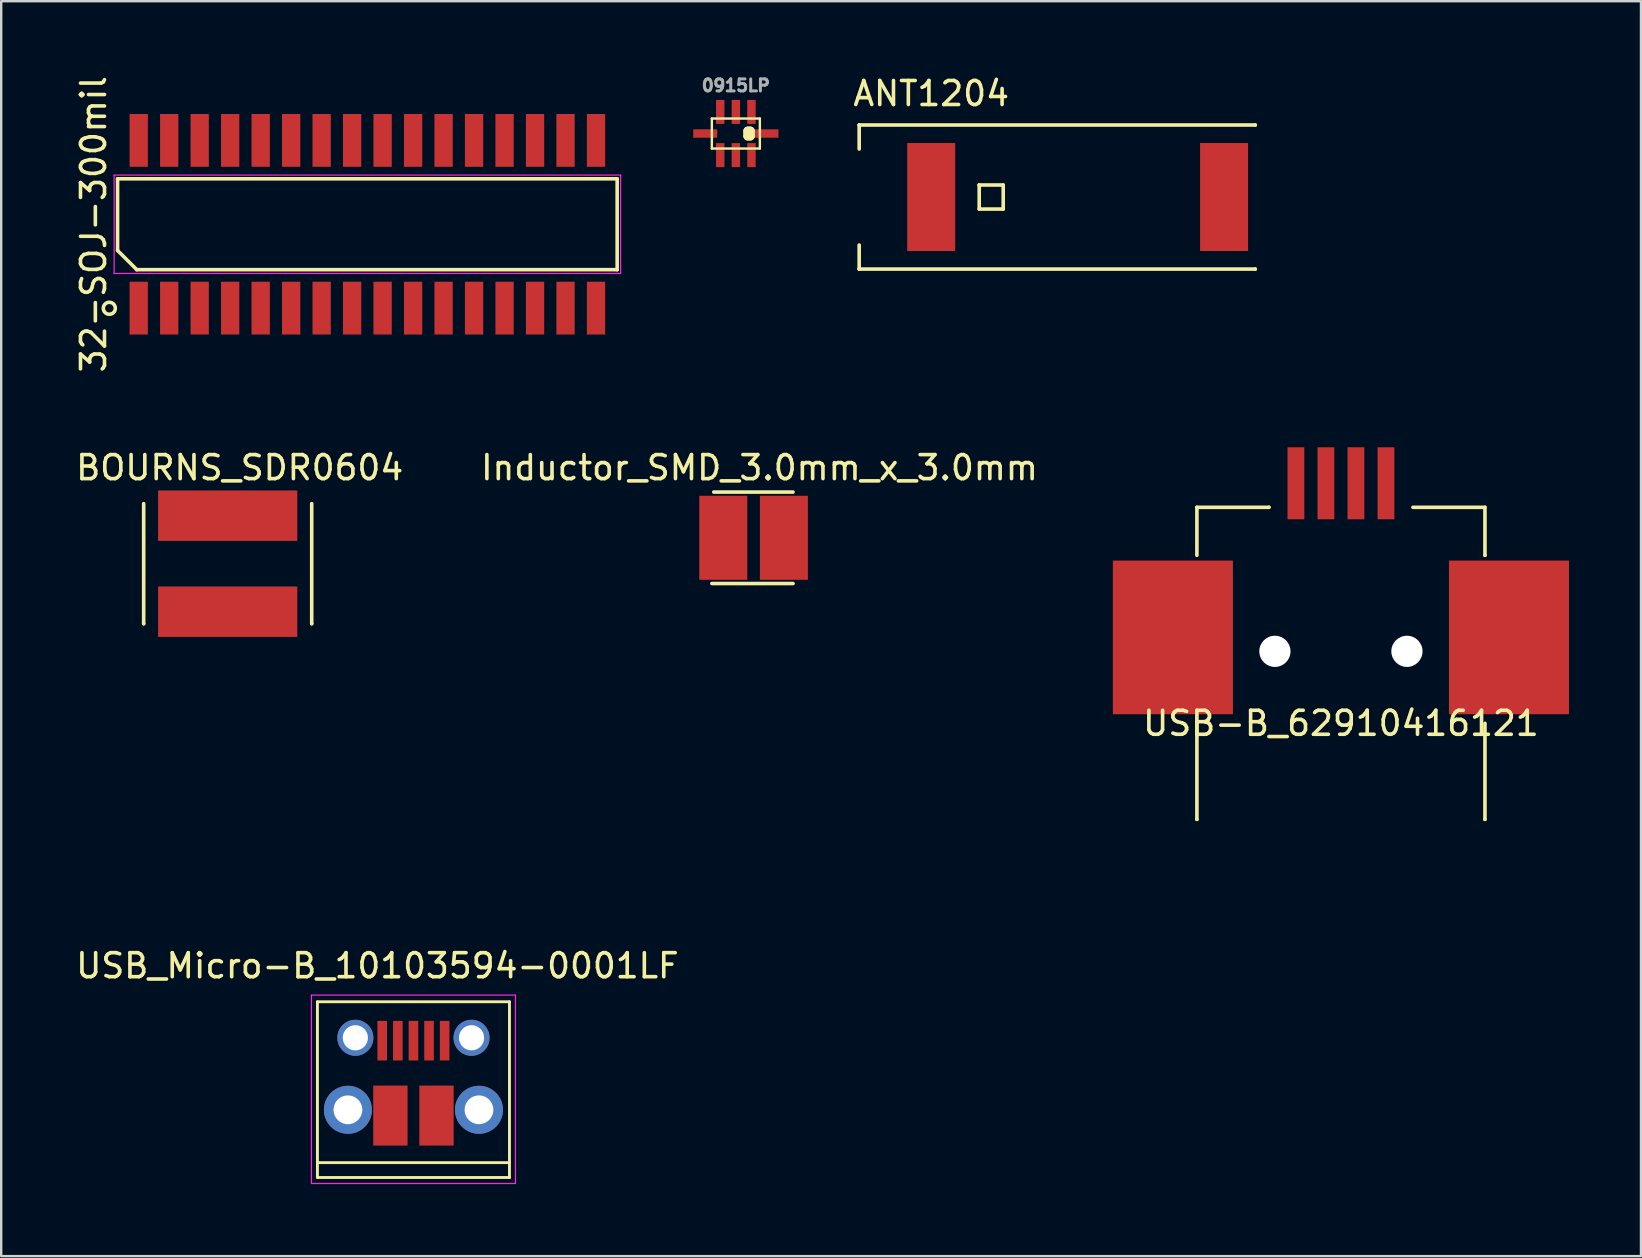
<source format=kicad_pcb>
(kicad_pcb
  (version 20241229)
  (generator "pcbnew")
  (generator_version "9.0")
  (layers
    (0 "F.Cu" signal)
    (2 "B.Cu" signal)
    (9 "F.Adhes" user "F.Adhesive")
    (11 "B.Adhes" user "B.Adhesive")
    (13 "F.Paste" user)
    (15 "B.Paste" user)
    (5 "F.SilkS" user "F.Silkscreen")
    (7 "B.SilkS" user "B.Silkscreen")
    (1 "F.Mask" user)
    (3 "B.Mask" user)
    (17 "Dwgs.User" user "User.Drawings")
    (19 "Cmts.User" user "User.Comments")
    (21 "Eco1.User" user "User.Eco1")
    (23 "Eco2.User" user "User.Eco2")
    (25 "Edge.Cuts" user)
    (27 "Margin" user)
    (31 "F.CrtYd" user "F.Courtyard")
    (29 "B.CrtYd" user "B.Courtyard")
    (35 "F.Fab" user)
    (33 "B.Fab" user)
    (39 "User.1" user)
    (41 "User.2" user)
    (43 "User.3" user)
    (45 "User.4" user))
  (footprint "USB_Micro-B_10103594-0001LF"
    (layer "F.Cu")
    (at 14.173 41.802)
    (property "Reference" "USB_Micro-B_10103594-0001LF" (at -1.5 -4.62 0) (layer "F.SilkS") (effects (font (size 1 1) (thickness 0.15))))
    (attr smd)
    (fp_line (start -4 -3.12) (end 4 -3.12) (stroke (width 0.12) (type solid)) (layer "F.SilkS"))
    (fp_line (start -4 4.2) (end -4 -3.12) (stroke (width 0.12) (type solid)) (layer "F.SilkS"))
    (fp_line (start -4 4.2) (end 4 4.2) (stroke (width 0.12) (type solid)) (layer "F.SilkS"))
    (fp_line (start 4 -3.12) (end 4 4.2) (stroke (width 0.12) (type solid)) (layer "F.SilkS"))
    (fp_line (start 4 3.58) (end -4 3.58) (stroke (width 0.12) (type solid)) (layer "F.SilkS"))
    (fp_line (start -4.25 -3.4) (end 4.25 -3.4) (stroke (width 0.05) (type solid)) (layer "F.CrtYd"))
    (fp_line (start -4.25 4.45) (end -4.25 -3.4) (stroke (width 0.05) (type solid)) (layer "F.CrtYd"))
    (fp_line (start 4.25 -3.4) (end 4.25 4.45) (stroke (width 0.05) (type solid)) (layer "F.CrtYd"))
    (fp_line (start 4.25 4.45) (end -4.25 4.45) (stroke (width 0.05) (type solid)) (layer "F.CrtYd"))
    (pad "1" smd rect (at -1.3 -1.5 90) (size 1.65 0.4) (layers "F.Cu" "F.Mask" "F.Paste"))
    (pad "2" smd rect (at -0.65 -1.5 90) (size 1.65 0.4) (layers "F.Cu" "F.Mask" "F.Paste"))
    (pad "3" smd rect (at 0 -1.5 90) (size 1.65 0.4) (layers "F.Cu" "F.Mask" "F.Paste"))
    (pad "4" smd rect (at 0.65 -1.5 90) (size 1.65 0.4) (layers "F.Cu" "F.Mask" "F.Paste"))
    (pad "5" smd rect (at 1.3 -1.5 90) (size 1.65 0.4) (layers "F.Cu" "F.Mask" "F.Paste"))
    (pad "6" thru_hole circle (at -2.73 1.38 90) (size 2 2) (drill oval 1.2) (layers "*.Cu" "*.Mask"))
    (pad "6" thru_hole circle (at -2.42 -1.62 90) (size 1.5 1.5) (drill oval 1.05) (layers "*.Cu" "*.Mask"))
    (pad "6" smd rect (at -0.96 1.62 90) (size 2.5 1.43) (layers "F.Cu" "F.Mask" "F.Paste"))
    (pad "6" smd rect (at 0.96 1.62 90) (size 2.5 1.43) (layers "F.Cu" "F.Mask" "F.Paste"))
    (pad "6" thru_hole circle (at 2.42 -1.62 90) (size 1.5 1.5) (drill oval 1.05) (layers "*.Cu" "*.Mask"))
    (pad "6" thru_hole circle (at 2.73 1.38 90) (size 2 2) (drill oval 1.2) (layers "*.Cu" "*.Mask")))
  (footprint "ANT1204"
    (layer "F.Cu")
    (at 35.742 5.158)
    (property "Reference" "ANT1204" (at 0 -4.31 0) (layer "F.SilkS") (effects (font (size 1 1) (thickness 0.15))))
    (attr through_hole)
    (fp_line (start -3 -3) (end -3 -3) (stroke (width 0.15) (type solid)) (layer "F.SilkS"))
    (fp_line (start -3 -3) (end 13.5 -3) (stroke (width 0.15) (type solid)) (layer "F.SilkS"))
    (fp_line (start -3 -2) (end -3 -3) (stroke (width 0.15) (type solid)) (layer "F.SilkS"))
    (fp_line (start -3 2) (end -3 3) (stroke (width 0.15) (type solid)) (layer "F.SilkS"))
    (fp_line (start -3 3) (end -3 3) (stroke (width 0.15) (type solid)) (layer "F.SilkS"))
    (fp_line (start -3 3) (end 13.5 3) (stroke (width 0.15) (type solid)) (layer "F.SilkS"))
    (fp_line (start 2 -0.5) (end 2 -0.5) (stroke (width 0.15) (type solid)) (layer "F.SilkS"))
    (fp_line (start 2 -0.5) (end 2 0.5) (stroke (width 0.15) (type solid)) (layer "F.SilkS"))
    (fp_line (start 2 0.5) (end 3 0.5) (stroke (width 0.15) (type solid)) (layer "F.SilkS"))
    (fp_line (start 3 -0.5) (end 2 -0.5) (stroke (width 0.15) (type solid)) (layer "F.SilkS"))
    (fp_line (start 3 0.5) (end 3 -0.5) (stroke (width 0.15) (type solid)) (layer "F.SilkS"))
    (fp_line (start 13.5 -3) (end 13.5 -3) (stroke (width 0.15) (type solid)) (layer "F.SilkS"))
    (fp_line (start 13.5 3) (end 13.5 3) (stroke (width 0.15) (type solid)) (layer "F.SilkS"))
    (pad "1" smd rect (at 0 0) (size 2 4.5) (layers "F.Cu" "F.Mask" "F.Paste"))
    (pad "2" smd rect (at 12.2 0) (size 2 4.5) (layers "F.Cu" "F.Mask" "F.Paste")))
  (footprint "BOURNS_SDR0604"
    (layer "F.Cu")
    (at 8.435 17.432)
    (property "Reference" "BOURNS_SDR0604" (at -1.5 -1 0) (layer "F.SilkS") (effects (font (size 1 1) (thickness 0.15))))
    (attr through_hole)
    (fp_line (start -5.5 0.5) (end -5.5 5.5) (stroke (width 0.15) (type solid)) (layer "F.SilkS"))
    (fp_line (start -5.5 5.5) (end -5.5 5.5) (stroke (width 0.15) (type solid)) (layer "F.SilkS"))
    (fp_line (start 1.5 0.5) (end 1.5 5.5) (stroke (width 0.15) (type solid)) (layer "F.SilkS"))
    (fp_line (start 1.5 5.5) (end 1.5 5.5) (stroke (width 0.15) (type solid)) (layer "F.SilkS"))
    (pad "1" smd rect (at -2 1) (size 5.8 2.1) (layers "F.Cu" "F.Mask" "F.Paste"))
    (pad "2" smd rect (at -2 5) (size 5.8 2.1) (layers "F.Cu" "F.Mask" "F.Paste")))
  (footprint "0915LP"
    (layer "F.Cu")
    (at 27.604 2.512)
    (property "Reference" "0915LP" (at 0 -2 0) (layer "F.Fab") (effects (font (size 0.5 0.5) (thickness 0.125))))
    (attr through_hole)
    (fp_line (start -1 -0.625) (end -1 0.625) (stroke (width 0.1) (type solid)) (layer "F.SilkS"))
    (fp_line (start -1 0.625) (end 1 0.625) (stroke (width 0.1) (type solid)) (layer "F.SilkS"))
    (fp_line (start 0.5 -0.1) (end 0.5 0.1) (stroke (width 0.381) (type solid)) (layer "F.SilkS"))
    (fp_line (start 0.5 0.1) (end 0.6 0.1) (stroke (width 0.381) (type solid)) (layer "F.SilkS"))
    (fp_line (start 0.6 -0.1) (end 0.5 -0.1) (stroke (width 0.381) (type solid)) (layer "F.SilkS"))
    (fp_line (start 0.6 0.1) (end 0.6 -0.1) (stroke (width 0.381) (type solid)) (layer "F.SilkS"))
    (fp_line (start 1 -0.625) (end -1 -0.625) (stroke (width 0.1) (type solid)) (layer "F.SilkS"))
    (fp_line (start 1 0.625) (end 1 -0.625) (stroke (width 0.1) (type solid)) (layer "F.SilkS"))
    (pad "1" smd rect (at 0.65 -0.9) (size 0.35 1) (layers "F.Cu" "F.Mask" "F.Paste"))
    (pad "2" smd rect (at 0 -0.9) (size 0.35 1) (layers "F.Cu" "F.Mask" "F.Paste"))
    (pad "3" smd rect (at -0.65 -0.9) (size 0.35 1) (layers "F.Cu" "F.Mask" "F.Paste"))
    (pad "4" smd rect (at -1.275 0 90) (size 0.35 1) (layers "F.Cu" "F.Mask" "F.Paste"))
    (pad "5" smd rect (at -0.65 0.9) (size 0.35 1) (layers "F.Cu" "F.Mask" "F.Paste"))
    (pad "6" smd rect (at 0 0.9) (size 0.35 1) (layers "F.Cu" "F.Mask" "F.Paste"))
    (pad "7" smd rect (at 0.65 0.9) (size 0.35 1) (layers "F.Cu" "F.Mask" "F.Paste"))
    (pad "8" smd rect (at 1.275 0 90) (size 0.35 1) (layers "F.Cu" "F.Mask" "F.Paste")))
  (footprint "USB-B_62910416121"
    (layer "F.Cu")
    (at 52.81 33.083)
    (property "Reference" "USB-B_62910416121" (at 0 -6 0) (layer "F.SilkS") (effects (font (size 1 1) (thickness 0.15))))
    (attr through_hole)
    (fp_line (start -6 -15) (end -3 -15) (stroke (width 0.15) (type solid)) (layer "F.SilkS"))
    (fp_line (start -6 -13) (end -6 -15) (stroke (width 0.15) (type solid)) (layer "F.SilkS"))
    (fp_line (start -6 -6) (end -6 -2) (stroke (width 0.15) (type solid)) (layer "F.SilkS"))
    (fp_line (start -6 -2) (end -6 -2) (stroke (width 0.15) (type solid)) (layer "F.SilkS"))
    (fp_line (start -3 -15) (end -3 -15) (stroke (width 0.15) (type solid)) (layer "F.SilkS"))
    (fp_line (start 3 -15) (end 6 -15) (stroke (width 0.15) (type solid)) (layer "F.SilkS"))
    (fp_line (start 6 -15) (end 6 -13) (stroke (width 0.15) (type solid)) (layer "F.SilkS"))
    (fp_line (start 6 -13) (end 6 -13) (stroke (width 0.15) (type solid)) (layer "F.SilkS"))
    (fp_line (start 6 -6) (end 6 -2) (stroke (width 0.15) (type solid)) (layer "F.SilkS"))
    (fp_line (start 6 -2) (end 6 -2) (stroke (width 0.15) (type solid)) (layer "F.SilkS"))
    (fp_line (start -6.2 0) (end 6.2 0) (stroke (width 0.15) (type solid)) (layer "Eco2.User"))
    (pad "" np_thru_hole circle (at -2.75 -9) (size 1.3 1.3) (drill 1.3) (layers "*.Cu" "*.Mask"))
    (pad "" np_thru_hole circle (at 2.75 -9) (size 1.3 1.3) (drill 1.3) (layers "*.Cu" "*.Mask"))
    (pad "1" smd rect (at 1.875 -16) (size 0.7 3) (layers "F.Cu" "F.Mask" "F.Paste"))
    (pad "2" smd rect (at -0.625 -16) (size 0.7 3) (layers "F.Cu" "F.Mask" "F.Paste"))
    (pad "3" smd rect (at 0.625 -16) (size 0.7 3) (layers "F.Cu" "F.Mask" "F.Paste"))
    (pad "4" smd rect (at -1.875 -16) (size 0.7 3) (layers "F.Cu" "F.Mask" "F.Paste"))
    (pad "5" smd rect (at -7 -9.58) (size 5 6.4) (layers "F.Cu" "F.Mask" "F.Paste"))
    (pad "5" smd rect (at 7 -9.58) (size 5 6.4) (layers "F.Cu" "F.Mask" "F.Paste")))
  (footprint "Inductor_SMD_3.0mm_x_3.0mm"
    (layer "F.Cu")
    (at 28.081 19.353)
    (property "Reference" "Inductor_SMD_3.0mm_x_3.0mm" (at 0.508 -2.921 0) (layer "F.SilkS") (effects (font (size 1 1) (thickness 0.15))))
    (attr through_hole)
    (fp_line (start -1.476 1.905) (end 1.905 1.905) (stroke (width 0.15) (type solid)) (layer "F.SilkS"))
    (fp_line (start -1.397 -1.905) (end 1.905 -1.905) (stroke (width 0.15) (type solid)) (layer "F.SilkS"))
    (pad "1" smd rect (at -1 0) (size 2 3.5) (layers "F.Cu" "F.Mask" "F.Paste"))
    (pad "2" smd rect (at 1.524 0) (size 2 3.5) (layers "F.Cu" "F.Mask" "F.Paste")))
  (footprint "32-SOJ-300mil"
    (layer "F.Cu")
    (at 12.254 6.292)
    (property "Reference" "32-SOJ-300mil" (at -11.406 0 90) (layer "F.SilkS") (effects (font (size 1 1) (thickness 0.15))))
    (attr smd)
    (fp_line (start -10.406 -1.893) (end 10.406 -1.893) (stroke (width 0.15) (type solid)) (layer "F.SilkS"))
    (fp_line (start -10.406 1.093) (end -10.406 -1.893) (stroke (width 0.15) (type solid)) (layer "F.SilkS"))
    (fp_line (start -9.606 1.893) (end -10.406 1.093) (stroke (width 0.15) (type solid)) (layer "F.SilkS"))
    (fp_line (start 10.406 -1.893) (end 10.406 1.893) (stroke (width 0.15) (type solid)) (layer "F.SilkS"))
    (fp_line (start 10.406 1.893) (end -9.606 1.893) (stroke (width 0.15) (type solid)) (layer "F.SilkS"))
    (fp_circle (center -10.75 3.5) (end -10.5 3.5) (stroke (width 0.15) (type solid)) (fill no) (layer "F.SilkS"))
    (fp_line (start -10.55 -2.05) (end 10.55 -2.05) (stroke (width 0.05) (type solid)) (layer "F.CrtYd"))
    (fp_line (start -10.55 2.05) (end -10.55 -2.05) (stroke (width 0.05) (type solid)) (layer "F.CrtYd"))
    (fp_line (start 10.55 -2.05) (end 10.55 2.05) (stroke (width 0.05) (type solid)) (layer "F.CrtYd"))
    (fp_line (start 10.55 2.05) (end -10.55 2.05) (stroke (width 0.05) (type solid)) (layer "F.CrtYd"))
    (pad "1" smd rect (at -9.525 3.493) (size 0.762 2.2) (layers "F.Cu" "F.Mask" "F.Paste"))
    (pad "2" smd rect (at -8.255 3.493) (size 0.762 2.2) (layers "F.Cu" "F.Mask" "F.Paste"))
    (pad "3" smd rect (at -6.985 3.493) (size 0.762 2.2) (layers "F.Cu" "F.Mask" "F.Paste"))
    (pad "4" smd rect (at -5.715 3.493) (size 0.762 2.2) (layers "F.Cu" "F.Mask" "F.Paste"))
    (pad "5" smd rect (at -4.445 3.493) (size 0.762 2.2) (layers "F.Cu" "F.Mask" "F.Paste"))
    (pad "6" smd rect (at -3.175 3.493) (size 0.762 2.2) (layers "F.Cu" "F.Mask" "F.Paste"))
    (pad "7" smd rect (at -1.905 3.493) (size 0.762 2.2) (layers "F.Cu" "F.Mask" "F.Paste"))
    (pad "8" smd rect (at -0.635 3.493) (size 0.762 2.2) (layers "F.Cu" "F.Mask" "F.Paste"))
    (pad "9" smd rect (at 0.635 3.493) (size 0.762 2.2) (layers "F.Cu" "F.Mask" "F.Paste"))
    (pad "10" smd rect (at 1.905 3.493) (size 0.762 2.2) (layers "F.Cu" "F.Mask" "F.Paste"))
    (pad "11" smd rect (at 3.175 3.493) (size 0.762 2.2) (layers "F.Cu" "F.Mask" "F.Paste"))
    (pad "12" smd rect (at 4.445 3.493) (size 0.762 2.2) (layers "F.Cu" "F.Mask" "F.Paste"))
    (pad "13" smd rect (at 5.715 3.493) (size 0.762 2.2) (layers "F.Cu" "F.Mask" "F.Paste"))
    (pad "14" smd rect (at 6.985 3.493) (size 0.762 2.2) (layers "F.Cu" "F.Mask" "F.Paste"))
    (pad "15" smd rect (at 8.255 3.493) (size 0.762 2.2) (layers "F.Cu" "F.Mask" "F.Paste"))
    (pad "16" smd rect (at 9.525 3.493) (size 0.762 2.2) (layers "F.Cu" "F.Mask" "F.Paste"))
    (pad "17" smd rect (at 9.525 -3.493) (size 0.762 2.2) (layers "F.Cu" "F.Mask" "F.Paste"))
    (pad "18" smd rect (at 8.255 -3.493) (size 0.762 2.2) (layers "F.Cu" "F.Mask" "F.Paste"))
    (pad "19" smd rect (at 6.985 -3.493) (size 0.762 2.2) (layers "F.Cu" "F.Mask" "F.Paste"))
    (pad "20" smd rect (at 5.715 -3.493) (size 0.762 2.2) (layers "F.Cu" "F.Mask" "F.Paste"))
    (pad "21" smd rect (at 4.445 -3.493) (size 0.762 2.2) (layers "F.Cu" "F.Mask" "F.Paste"))
    (pad "22" smd rect (at 3.175 -3.493) (size 0.762 2.2) (layers "F.Cu" "F.Mask" "F.Paste"))
    (pad "23" smd rect (at 1.905 -3.493) (size 0.762 2.2) (layers "F.Cu" "F.Mask" "F.Paste"))
    (pad "24" smd rect (at 0.635 -3.493) (size 0.762 2.2) (layers "F.Cu" "F.Mask" "F.Paste"))
    (pad "25" smd rect (at -0.635 -3.493) (size 0.762 2.2) (layers "F.Cu" "F.Mask" "F.Paste"))
    (pad "26" smd rect (at -1.905 -3.493) (size 0.762 2.2) (layers "F.Cu" "F.Mask" "F.Paste"))
    (pad "27" smd rect (at -3.175 -3.493) (size 0.762 2.2) (layers "F.Cu" "F.Mask" "F.Paste"))
    (pad "28" smd rect (at -4.445 -3.493) (size 0.762 2.2) (layers "F.Cu" "F.Mask" "F.Paste"))
    (pad "29" smd rect (at -5.715 -3.493) (size 0.762 2.2) (layers "F.Cu" "F.Mask" "F.Paste"))
    (pad "30" smd rect (at -6.985 -3.493) (size 0.762 2.2) (layers "F.Cu" "F.Mask" "F.Paste"))
    (pad "31" smd rect (at -8.255 -3.493) (size 0.762 2.2) (layers "F.Cu" "F.Mask" "F.Paste"))
    (pad "32" smd rect (at -9.525 -3.493) (size 0.762 2.2) (layers "F.Cu" "F.Mask" "F.Paste")))
  (gr_rect
    (start -3 -3)
    (end 65.31 49.277)
    (stroke (width 0.1) (type default))
    (fill no)
    (layer "Edge.Cuts")))
</source>
